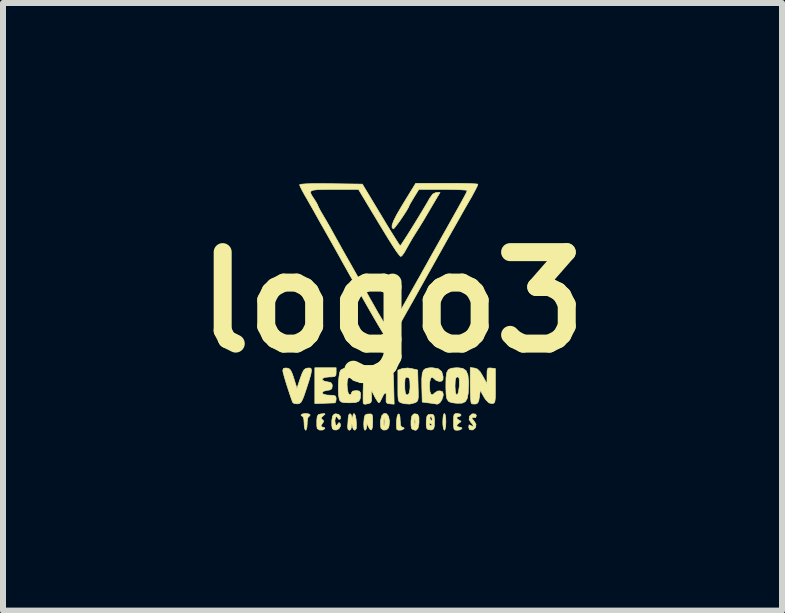
<source format=kicad_pcb>
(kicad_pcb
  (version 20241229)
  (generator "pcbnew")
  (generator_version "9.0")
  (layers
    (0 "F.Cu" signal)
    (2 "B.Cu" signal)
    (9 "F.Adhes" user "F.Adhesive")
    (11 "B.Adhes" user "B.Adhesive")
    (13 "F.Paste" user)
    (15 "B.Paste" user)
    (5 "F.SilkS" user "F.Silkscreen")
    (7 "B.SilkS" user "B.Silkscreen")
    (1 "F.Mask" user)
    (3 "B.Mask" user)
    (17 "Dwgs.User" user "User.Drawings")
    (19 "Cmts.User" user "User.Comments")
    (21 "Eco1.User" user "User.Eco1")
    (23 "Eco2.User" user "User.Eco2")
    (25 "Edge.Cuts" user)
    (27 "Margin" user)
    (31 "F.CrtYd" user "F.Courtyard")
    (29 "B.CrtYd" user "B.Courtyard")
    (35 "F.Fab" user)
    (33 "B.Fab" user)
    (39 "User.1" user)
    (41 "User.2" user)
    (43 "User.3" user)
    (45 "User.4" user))
  (footprint "logo3"
    (layer "F.Cu")
    (at 3.491 1.986)
    (property "Reference" "logo3" (at 0 0 0) (layer "F.SilkS") (effects (font (size 1.524 1.524) (thickness 0.3))))
    (attr through_hole)
    (fp_poly (pts (xy 0.878 1.877) (xy 0.887 1.936) (xy 0.889 1.994) (xy 0.885 2.07) (xy 0.874 2.121) (xy 0.864 2.134) (xy 0.85 2.111) (xy 0.84 2.051) (xy 0.838 1.994) (xy 0.842 1.917) (xy 0.853 1.867) (xy 0.864 1.854) (xy 0.878 1.877)) (stroke (width 0.01) (type solid)) (fill yes) (layer "F.SilkS"))
    (fp_poly (pts (xy 0.124 1.909) (xy 0.127 1.966) (xy 0.132 2.042) (xy 0.147 2.077) (xy 0.167 2.083) (xy 0.193 2.095) (xy 0.191 2.108) (xy 0.154 2.129) (xy 0.103 2.133) (xy 0.073 2.122) (xy 0.067 2.092) (xy 0.065 2.029) (xy 0.066 1.989) (xy 0.076 1.907) (xy 0.093 1.864) (xy 0.111 1.864) (xy 0.124 1.909)) (stroke (width 0.01) (type solid)) (fill yes) (layer "F.SilkS"))
    (fp_poly (pts (xy -0.339 1.877) (xy -0.331 1.919) (xy -0.33 1.995) (xy -0.335 2.086) (xy -0.35 2.128) (xy -0.374 2.121) (xy -0.401 2.076) (xy -0.428 2.019) (xy -0.43 2.076) (xy -0.442 2.121) (xy -0.459 2.134) (xy -0.474 2.11) (xy -0.479 2.045) (xy -0.478 2.001) (xy -0.471 1.923) (xy -0.458 1.883) (xy -0.431 1.866) (xy -0.4 1.863) (xy -0.36 1.862) (xy -0.339 1.877)) (stroke (width 0.01) (type solid)) (fill yes) (layer "F.SilkS"))
    (fp_poly (pts (xy -1.394 1.862) (xy -1.372 1.879) (xy -1.372 1.88) (xy -1.391 1.904) (xy -1.397 1.905) (xy -1.412 1.928) (xy -1.421 1.985) (xy -1.422 2.019) (xy -1.427 2.087) (xy -1.44 2.128) (xy -1.448 2.134) (xy -1.463 2.111) (xy -1.472 2.053) (xy -1.473 2.019) (xy -1.478 1.951) (xy -1.491 1.91) (xy -1.499 1.905) (xy -1.523 1.886) (xy -1.524 1.88) (xy -1.502 1.862) (xy -1.449 1.854) (xy -1.448 1.854) (xy -1.394 1.862)) (stroke (width 0.01) (type solid)) (fill yes) (layer "F.SilkS"))
    (fp_poly (pts (xy -1.125 1.867) (xy -1.156 1.893) (xy -1.189 1.925) (xy -1.181 1.947) (xy -1.168 1.956) (xy -1.145 1.982) (xy -1.162 2.011) (xy -1.192 2.054) (xy -1.178 2.079) (xy -1.154 2.083) (xy -1.128 2.095) (xy -1.13 2.108) (xy -1.167 2.13) (xy -1.217 2.13) (xy -1.253 2.108) (xy -1.256 2.102) (xy -1.262 2.057) (xy -1.262 1.987) (xy -1.262 1.968) (xy -1.255 1.903) (xy -1.235 1.872) (xy -1.191 1.861) (xy -1.181 1.86) (xy -1.13 1.857) (xy -1.125 1.867)) (stroke (width 0.01) (type solid)) (fill yes) (layer "F.SilkS"))
    (fp_poly (pts (xy 1.127 1.863) (xy 1.143 1.88) (xy 1.122 1.902) (xy 1.105 1.905) (xy 1.071 1.917) (xy 1.076 1.944) (xy 1.111 1.967) (xy 1.142 1.983) (xy 1.128 2) (xy 1.111 2.01) (xy 1.072 2.045) (xy 1.077 2.073) (xy 1.119 2.083) (xy 1.154 2.093) (xy 1.156 2.108) (xy 1.121 2.128) (xy 1.078 2.134) (xy 1.042 2.13) (xy 1.024 2.11) (xy 1.017 2.062) (xy 1.016 1.994) (xy 1.018 1.914) (xy 1.026 1.872) (xy 1.048 1.856) (xy 1.079 1.854) (xy 1.127 1.863)) (stroke (width 0.01) (type solid)) (fill yes) (layer "F.SilkS"))
    (fp_poly (pts (xy -0.101 1.858) (xy -0.067 1.9) (xy -0.051 1.978) (xy -0.051 1.985) (xy -0.057 2.053) (xy -0.066 2.093) (xy -0.1 2.126) (xy -0.149 2.131) (xy -0.188 2.107) (xy -0.193 2.098) (xy -0.2 2.051) (xy -0.2 1.994) (xy -0.146 1.994) (xy -0.144 2.046) (xy -0.138 2.06) (xy -0.135 2.051) (xy -0.13 1.99) (xy -0.134 1.95) (xy -0.141 1.936) (xy -0.145 1.966) (xy -0.146 1.994) (xy -0.2 1.994) (xy -0.2 1.979) (xy -0.199 1.965) (xy -0.179 1.889) (xy -0.142 1.854) (xy -0.101 1.858)) (stroke (width 0.01) (type solid)) (fill yes) (layer "F.SilkS"))
    (fp_poly (pts (xy 0.417 1.868) (xy 0.44 1.914) (xy 0.441 2.001) (xy 0.438 2.038) (xy 0.423 2.104) (xy 0.396 2.131) (xy 0.377 2.134) (xy 0.33 2.117) (xy 0.315 2.098) (xy 0.308 2.051) (xy 0.308 1.994) (xy 0.362 1.994) (xy 0.364 2.046) (xy 0.37 2.06) (xy 0.373 2.051) (xy 0.378 1.99) (xy 0.374 1.95) (xy 0.367 1.936) (xy 0.363 1.966) (xy 0.362 1.994) (xy 0.308 1.994) (xy 0.308 1.979) (xy 0.309 1.965) (xy 0.321 1.897) (xy 0.348 1.866) (xy 0.371 1.859) (xy 0.417 1.868)) (stroke (width 0.01) (type solid)) (fill yes) (layer "F.SilkS"))
    (fp_poly (pts (xy 1.386 1.865) (xy 1.397 1.893) (xy 1.382 1.924) (xy 1.359 1.921) (xy 1.326 1.919) (xy 1.326 1.943) (xy 1.36 1.982) (xy 1.36 1.982) (xy 1.391 2.033) (xy 1.385 2.087) (xy 1.346 2.124) (xy 1.327 2.129) (xy 1.283 2.124) (xy 1.27 2.085) (xy 1.27 2.081) (xy 1.275 2.044) (xy 1.298 2.05) (xy 1.308 2.057) (xy 1.339 2.073) (xy 1.346 2.064) (xy 1.329 2.028) (xy 1.307 2.006) (xy 1.276 1.955) (xy 1.282 1.901) (xy 1.321 1.864) (xy 1.34 1.859) (xy 1.386 1.865)) (stroke (width 0.01) (type solid)) (fill yes) (layer "F.SilkS"))
    (fp_poly (pts (xy -0.689 1.875) (xy -0.678 1.911) (xy -0.667 1.968) (xy -0.664 1.911) (xy -0.654 1.862) (xy -0.638 1.856) (xy -0.62 1.888) (xy -0.607 1.953) (xy -0.606 1.968) (xy -0.602 2.043) (xy -0.603 2.097) (xy -0.605 2.108) (xy -0.627 2.133) (xy -0.653 2.117) (xy -0.668 2.076) (xy -0.679 2.019) (xy -0.682 2.076) (xy -0.697 2.122) (xy -0.723 2.134) (xy -0.743 2.115) (xy -0.749 2.074) (xy -0.748 2.064) (xy -0.744 2.018) (xy -0.74 1.949) (xy -0.74 1.943) (xy -0.73 1.88) (xy -0.71 1.856) (xy -0.689 1.875)) (stroke (width 0.01) (type solid)) (fill yes) (layer "F.SilkS"))
    (fp_poly (pts (xy -0.898 1.869) (xy -0.868 1.902) (xy -0.869 1.941) (xy -0.877 1.951) (xy -0.9 1.949) (xy -0.907 1.937) (xy -0.929 1.905) (xy -0.949 1.917) (xy -0.96 1.965) (xy -0.96 1.981) (xy -0.952 2.035) (xy -0.936 2.057) (xy -0.936 2.057) (xy -0.915 2.038) (xy -0.914 2.032) (xy -0.895 2.008) (xy -0.887 2.007) (xy -0.869 2.028) (xy -0.868 2.064) (xy -0.893 2.108) (xy -0.938 2.13) (xy -0.983 2.125) (xy -1.005 2.1) (xy -1.012 2.051) (xy -1.012 1.979) (xy -1.011 1.965) (xy -1 1.898) (xy -0.974 1.867) (xy -0.946 1.859) (xy -0.898 1.869)) (stroke (width 0.01) (type solid)) (fill yes) (layer "F.SilkS"))
    (fp_poly (pts (xy -1.762 1.097) (xy -1.724 1.107) (xy -1.696 1.136) (xy -1.67 1.193) (xy -1.644 1.27) (xy -1.593 1.435) (xy -1.538 1.27) (xy -1.505 1.181) (xy -1.477 1.129) (xy -1.447 1.105) (xy -1.414 1.097) (xy -1.378 1.096) (xy -1.356 1.108) (xy -1.351 1.14) (xy -1.361 1.2) (xy -1.387 1.292) (xy -1.43 1.426) (xy -1.433 1.435) (xy -1.471 1.548) (xy -1.5 1.622) (xy -1.524 1.665) (xy -1.549 1.686) (xy -1.579 1.693) (xy -1.585 1.694) (xy -1.639 1.688) (xy -1.665 1.669) (xy -1.702 1.564) (xy -1.74 1.449) (xy -1.776 1.337) (xy -1.805 1.239) (xy -1.824 1.167) (xy -1.829 1.137) (xy -1.817 1.102) (xy -1.772 1.096) (xy -1.762 1.097)) (stroke (width 0.01) (type solid)) (fill yes) (layer "F.SilkS"))
    (fp_poly (pts (xy -0.94 1.168) (xy -0.943 1.215) (xy -0.962 1.237) (xy -1.011 1.244) (xy -1.054 1.245) (xy -1.13 1.253) (xy -1.169 1.274) (xy -1.168 1.299) (xy -1.124 1.32) (xy -1.086 1.326) (xy -1.029 1.338) (xy -1.007 1.368) (xy -1.004 1.397) (xy -1.013 1.443) (xy -1.049 1.463) (xy -1.086 1.468) (xy -1.152 1.484) (xy -1.173 1.508) (xy -1.153 1.532) (xy -1.094 1.547) (xy -1.054 1.549) (xy -0.984 1.552) (xy -0.95 1.565) (xy -0.94 1.596) (xy -0.94 1.613) (xy -0.946 1.661) (xy -0.959 1.677) (xy -0.993 1.679) (xy -1.061 1.681) (xy -1.137 1.684) (xy -1.295 1.689) (xy -1.295 1.391) (xy -1.295 1.092) (xy -0.94 1.092) (xy -0.94 1.168)) (stroke (width 0.01) (type solid)) (fill yes) (layer "F.SilkS"))
    (fp_poly (pts (xy 0.759 1.107) (xy 0.819 1.155) (xy 0.842 1.236) (xy 0.841 1.289) (xy 0.819 1.315) (xy 0.772 1.319) (xy 0.723 1.301) (xy 0.699 1.279) (xy 0.663 1.249) (xy 0.636 1.266) (xy 0.62 1.328) (xy 0.616 1.397) (xy 0.623 1.489) (xy 0.643 1.538) (xy 0.673 1.54) (xy 0.7 1.513) (xy 0.752 1.48) (xy 0.792 1.478) (xy 0.833 1.492) (xy 0.845 1.531) (xy 0.843 1.562) (xy 0.823 1.624) (xy 0.788 1.676) (xy 0.748 1.699) (xy 0.738 1.698) (xy 0.706 1.693) (xy 0.643 1.683) (xy 0.61 1.679) (xy 0.495 1.664) (xy 0.488 1.41) (xy 0.487 1.278) (xy 0.495 1.188) (xy 0.516 1.133) (xy 0.556 1.104) (xy 0.618 1.093) (xy 0.66 1.092) (xy 0.759 1.107)) (stroke (width 0.01) (type solid)) (fill yes) (layer "F.SilkS"))
    (fp_poly (pts (xy 0.673 1.871) (xy 0.691 1.892) (xy 0.698 1.943) (xy 0.699 1.994) (xy 0.696 2.07) (xy 0.684 2.11) (xy 0.657 2.126) (xy 0.641 2.129) (xy 0.589 2.121) (xy 0.57 2.1) (xy 0.562 2.051) (xy 0.562 2.03) (xy 0.61 2.03) (xy 0.628 2.056) (xy 0.635 2.057) (xy 0.66 2.049) (xy 0.66 2.046) (xy 0.643 2.025) (xy 0.635 2.019) (xy 0.612 2.021) (xy 0.61 2.03) (xy 0.562 2.03) (xy 0.562 1.979) (xy 0.563 1.965) (xy 0.57 1.924) (xy 0.622 1.924) (xy 0.626 1.943) (xy 0.644 1.977) (xy 0.65 1.981) (xy 0.659 1.96) (xy 0.66 1.943) (xy 0.647 1.909) (xy 0.636 1.905) (xy 0.622 1.924) (xy 0.57 1.924) (xy 0.573 1.901) (xy 0.595 1.873) (xy 0.635 1.867) (xy 0.673 1.871)) (stroke (width 0.01) (type solid)) (fill yes) (layer "F.SilkS"))
    (fp_poly (pts (xy 1.365 1.097) (xy 1.415 1.114) (xy 1.459 1.158) (xy 1.504 1.232) (xy 1.574 1.359) (xy 1.574 1.224) (xy 1.576 1.146) (xy 1.585 1.107) (xy 1.607 1.095) (xy 1.645 1.097) (xy 1.714 1.105) (xy 1.714 1.395) (xy 1.714 1.52) (xy 1.712 1.602) (xy 1.706 1.652) (xy 1.694 1.677) (xy 1.676 1.687) (xy 1.655 1.689) (xy 1.605 1.677) (xy 1.556 1.628) (xy 1.534 1.597) (xy 1.496 1.531) (xy 1.472 1.479) (xy 1.469 1.467) (xy 1.464 1.471) (xy 1.456 1.515) (xy 1.45 1.562) (xy 1.437 1.641) (xy 1.417 1.682) (xy 1.383 1.696) (xy 1.383 1.697) (xy 1.333 1.695) (xy 1.313 1.686) (xy 1.306 1.655) (xy 1.3 1.584) (xy 1.297 1.484) (xy 1.295 1.378) (xy 1.295 1.089) (xy 1.365 1.097)) (stroke (width 0.01) (type solid)) (fill yes) (layer "F.SilkS"))
    (fp_poly (pts (xy 0.323 1.107) (xy 0.419 1.13) (xy 0.426 1.391) (xy 0.429 1.508) (xy 0.429 1.585) (xy 0.422 1.63) (xy 0.408 1.655) (xy 0.385 1.67) (xy 0.368 1.677) (xy 0.287 1.697) (xy 0.204 1.692) (xy 0.152 1.679) (xy 0.124 1.669) (xy 0.106 1.652) (xy 0.095 1.619) (xy 0.09 1.559) (xy 0.089 1.462) (xy 0.089 1.396) (xy 0.089 1.378) (xy 0.203 1.378) (xy 0.206 1.458) (xy 0.214 1.515) (xy 0.221 1.533) (xy 0.254 1.546) (xy 0.278 1.514) (xy 0.291 1.438) (xy 0.292 1.395) (xy 0.289 1.313) (xy 0.277 1.268) (xy 0.252 1.25) (xy 0.248 1.25) (xy 0.222 1.252) (xy 0.208 1.278) (xy 0.204 1.34) (xy 0.203 1.378) (xy 0.089 1.378) (xy 0.089 1.132) (xy 0.158 1.107) (xy 0.251 1.096) (xy 0.323 1.107)) (stroke (width 0.01) (type solid)) (fill yes) (layer "F.SilkS"))
    (fp_poly (pts (xy 1.171 1.103) (xy 1.226 1.141) (xy 1.256 1.212) (xy 1.268 1.322) (xy 1.267 1.388) (xy 1.261 1.519) (xy 1.244 1.606) (xy 1.212 1.658) (xy 1.159 1.682) (xy 1.08 1.684) (xy 1.042 1.681) (xy 0.975 1.671) (xy 0.931 1.65) (xy 0.905 1.608) (xy 0.893 1.537) (xy 0.889 1.428) (xy 0.889 1.399) (xy 1.041 1.399) (xy 1.047 1.495) (xy 1.062 1.542) (xy 1.081 1.543) (xy 1.099 1.496) (xy 1.112 1.403) (xy 1.113 1.389) (xy 1.114 1.305) (xy 1.107 1.26) (xy 1.088 1.245) (xy 1.081 1.245) (xy 1.058 1.255) (xy 1.046 1.294) (xy 1.042 1.37) (xy 1.041 1.399) (xy 0.889 1.399) (xy 0.889 1.382) (xy 0.891 1.257) (xy 0.903 1.174) (xy 0.929 1.125) (xy 0.976 1.101) (xy 1.049 1.093) (xy 1.09 1.092) (xy 1.171 1.103)) (stroke (width 0.01) (type solid)) (fill yes) (layer "F.SilkS"))
    (fp_poly (pts (xy -0.653 1.097) (xy -0.583 1.118) (xy -0.544 1.163) (xy -0.533 1.233) (xy -0.538 1.293) (xy -0.56 1.317) (xy -0.596 1.321) (xy -0.654 1.304) (xy -0.683 1.276) (xy -0.711 1.248) (xy -0.737 1.26) (xy -0.753 1.301) (xy -0.758 1.369) (xy -0.753 1.444) (xy -0.74 1.508) (xy -0.72 1.542) (xy -0.718 1.543) (xy -0.69 1.533) (xy -0.686 1.513) (xy -0.666 1.482) (xy -0.61 1.473) (xy -0.555 1.48) (xy -0.535 1.509) (xy -0.533 1.535) (xy -0.539 1.609) (xy -0.563 1.651) (xy -0.615 1.671) (xy -0.707 1.676) (xy -0.715 1.676) (xy -0.801 1.674) (xy -0.85 1.664) (xy -0.876 1.642) (xy -0.886 1.622) (xy -0.898 1.558) (xy -0.903 1.467) (xy -0.902 1.363) (xy -0.895 1.263) (xy -0.883 1.181) (xy -0.867 1.134) (xy -0.866 1.133) (xy -0.816 1.105) (xy -0.738 1.093) (xy -0.653 1.097)) (stroke (width 0.01) (type solid)) (fill yes) (layer "F.SilkS"))
    (fp_poly (pts (xy -0.372 1.104) (xy -0.333 1.145) (xy -0.299 1.206) (xy -0.265 1.272) (xy -0.238 1.313) (xy -0.229 1.321) (xy -0.21 1.3) (xy -0.178 1.247) (xy -0.157 1.205) (xy -0.117 1.134) (xy -0.083 1.101) (xy -0.044 1.097) (xy -0.02 1.103) (xy -0.003 1.118) (xy 0.007 1.152) (xy 0.013 1.213) (xy 0.017 1.31) (xy 0.02 1.402) (xy 0.027 1.699) (xy -0.044 1.693) (xy -0.089 1.685) (xy -0.107 1.66) (xy -0.107 1.603) (xy -0.106 1.59) (xy -0.106 1.526) (xy -0.122 1.51) (xy -0.149 1.54) (xy -0.178 1.6) (xy -0.204 1.652) (xy -0.225 1.676) (xy -0.227 1.676) (xy -0.247 1.656) (xy -0.281 1.604) (xy -0.3 1.568) (xy -0.356 1.46) (xy -0.349 1.567) (xy -0.349 1.637) (xy -0.363 1.673) (xy -0.393 1.687) (xy -0.452 1.7) (xy -0.48 1.695) (xy -0.488 1.683) (xy -0.49 1.651) (xy -0.491 1.58) (xy -0.49 1.48) (xy -0.487 1.378) (xy -0.484 1.254) (xy -0.479 1.173) (xy -0.471 1.125) (xy -0.459 1.101) (xy -0.439 1.093) (xy -0.417 1.092) (xy -0.372 1.104)) (stroke (width 0.01) (type solid)) (fill yes) (layer "F.SilkS"))
    (fp_poly (pts (xy 1.06 -1.981) (xy 1.197 -1.979) (xy 1.308 -1.976) (xy 1.385 -1.972) (xy 1.421 -1.968) (xy 1.422 -1.967) (xy 1.41 -1.931) (xy 1.375 -1.862) (xy 1.324 -1.767) (xy 1.26 -1.656) (xy 1.257 -1.651) (xy 1.228 -1.601) (xy 1.177 -1.511) (xy 1.107 -1.387) (xy 1.02 -1.234) (xy 0.92 -1.057) (xy 0.81 -0.86) (xy 0.692 -0.649) (xy 0.57 -0.432) (xy 0.45 -0.217) (xy 0.337 -0.015) (xy 0.233 0.168) (xy 0.142 0.33) (xy 0.066 0.465) (xy 0.006 0.569) (xy -0.033 0.638) (xy -0.051 0.668) (xy -0.051 0.668) (xy -0.068 0.652) (xy -0.106 0.597) (xy -0.162 0.508) (xy -0.233 0.39) (xy -0.316 0.248) (xy -0.408 0.088) (xy -0.446 0.021) (xy -0.544 -0.152) (xy -0.635 -0.316) (xy -0.718 -0.462) (xy -0.788 -0.587) (xy -0.841 -0.681) (xy -0.873 -0.74) (xy -0.878 -0.749) (xy -0.913 -0.812) (xy -0.965 -0.905) (xy -1.028 -1.017) (xy -1.092 -1.13) (xy -1.16 -1.25) (xy -1.225 -1.364) (xy -1.279 -1.461) (xy -1.314 -1.524) (xy -1.363 -1.61) (xy -1.422 -1.714) (xy -1.464 -1.786) (xy -1.507 -1.864) (xy -1.538 -1.926) (xy -1.549 -1.958) (xy -1.525 -1.966) (xy -1.453 -1.972) (xy -1.338 -1.976) (xy -1.184 -1.977) (xy -1.026 -1.975) (xy -0.503 -1.968) (xy -0.194 -1.455) (xy -0.107 -1.31) (xy -0.028 -1.181) (xy 0.039 -1.074) (xy 0.089 -0.995) (xy 0.12 -0.949) (xy 0.128 -0.94) (xy 0.145 -0.961) (xy 0.182 -1.017) (xy 0.236 -1.1) (xy 0.301 -1.203) (xy 0.372 -1.318) (xy 0.445 -1.437) (xy 0.514 -1.552) (xy 0.575 -1.654) (xy 0.62 -1.733) (xy 0.67 -1.802) (xy 0.723 -1.828) (xy 0.732 -1.829) (xy 0.792 -1.829) (xy 0.742 -1.746) (xy 0.706 -1.685) (xy 0.654 -1.597) (xy 0.596 -1.498) (xy 0.581 -1.473) (xy 0.518 -1.366) (xy 0.451 -1.257) (xy 0.395 -1.168) (xy 0.388 -1.157) (xy 0.326 -1.057) (xy 0.262 -0.946) (xy 0.235 -0.897) (xy 0.194 -0.825) (xy 0.158 -0.776) (xy 0.139 -0.762) (xy 0.124 -0.771) (xy 0.099 -0.801) (xy 0.06 -0.854) (xy 0.007 -0.935) (xy -0.064 -1.047) (xy -0.154 -1.194) (xy -0.266 -1.379) (xy -0.357 -1.53) (xy -0.567 -1.88) (xy -0.969 -1.88) (xy -1.129 -1.879) (xy -1.243 -1.876) (xy -1.318 -1.868) (xy -1.357 -1.853) (xy -1.367 -1.828) (xy -1.353 -1.791) (xy -1.319 -1.738) (xy -1.308 -1.722) (xy -1.27 -1.662) (xy -1.247 -1.619) (xy -1.245 -1.611) (xy -1.232 -1.582) (xy -1.201 -1.523) (xy -1.159 -1.451) (xy -1.097 -1.346) (xy -1.03 -1.229) (xy -0.99 -1.156) (xy -0.941 -1.068) (xy -0.877 -0.953) (xy -0.808 -0.829) (xy -0.762 -0.749) (xy -0.705 -0.648) (xy -0.629 -0.513) (xy -0.541 -0.357) (xy -0.448 -0.191) (xy -0.356 -0.027) (xy -0.343 -0.005) (xy -0.244 0.171) (xy -0.166 0.302) (xy -0.108 0.392) (xy -0.069 0.442) (xy -0.048 0.454) (xy -0.046 0.453) (xy -0.023 0.415) (xy 0.016 0.347) (xy 0.064 0.262) (xy 0.068 0.254) (xy 0.119 0.164) (xy 0.185 0.046) (xy 0.258 -0.084) (xy 0.318 -0.191) (xy 0.385 -0.31) (xy 0.45 -0.425) (xy 0.504 -0.522) (xy 0.539 -0.584) (xy 0.572 -0.643) (xy 0.624 -0.737) (xy 0.691 -0.856) (xy 0.767 -0.991) (xy 0.838 -1.118) (xy 0.952 -1.32) (xy 1.043 -1.483) (xy 1.114 -1.61) (xy 1.167 -1.706) (xy 1.204 -1.774) (xy 1.228 -1.821) (xy 1.24 -1.848) (xy 1.245 -1.862) (xy 1.245 -1.863) (xy 1.221 -1.868) (xy 1.154 -1.873) (xy 1.054 -1.877) (xy 0.929 -1.879) (xy 0.842 -1.88) (xy 0.439 -1.88) (xy 0.359 -1.751) (xy 0.317 -1.681) (xy 0.288 -1.631) (xy 0.279 -1.613) (xy 0.266 -1.581) (xy 0.232 -1.522) (xy 0.184 -1.448) (xy 0.131 -1.369) (xy 0.079 -1.298) (xy 0.038 -1.245) (xy 0.014 -1.222) (xy 0.012 -1.222) (xy -0.008 -1.244) (xy -0.007 -1.287) (xy 0.018 -1.355) (xy 0.068 -1.455) (xy 0.146 -1.589) (xy 0.187 -1.657) (xy 0.386 -1.981) (xy 0.904 -1.981) (xy 1.06 -1.981)) (stroke (width 0.01) (type solid)) (fill yes) (layer "F.SilkS")))
  (gr_rect
    (start -3 -3)
    (end 9.981 7.125)
    (stroke (width 0.1) (type default))
    (fill no)
    (layer "Edge.Cuts")))
</source>
